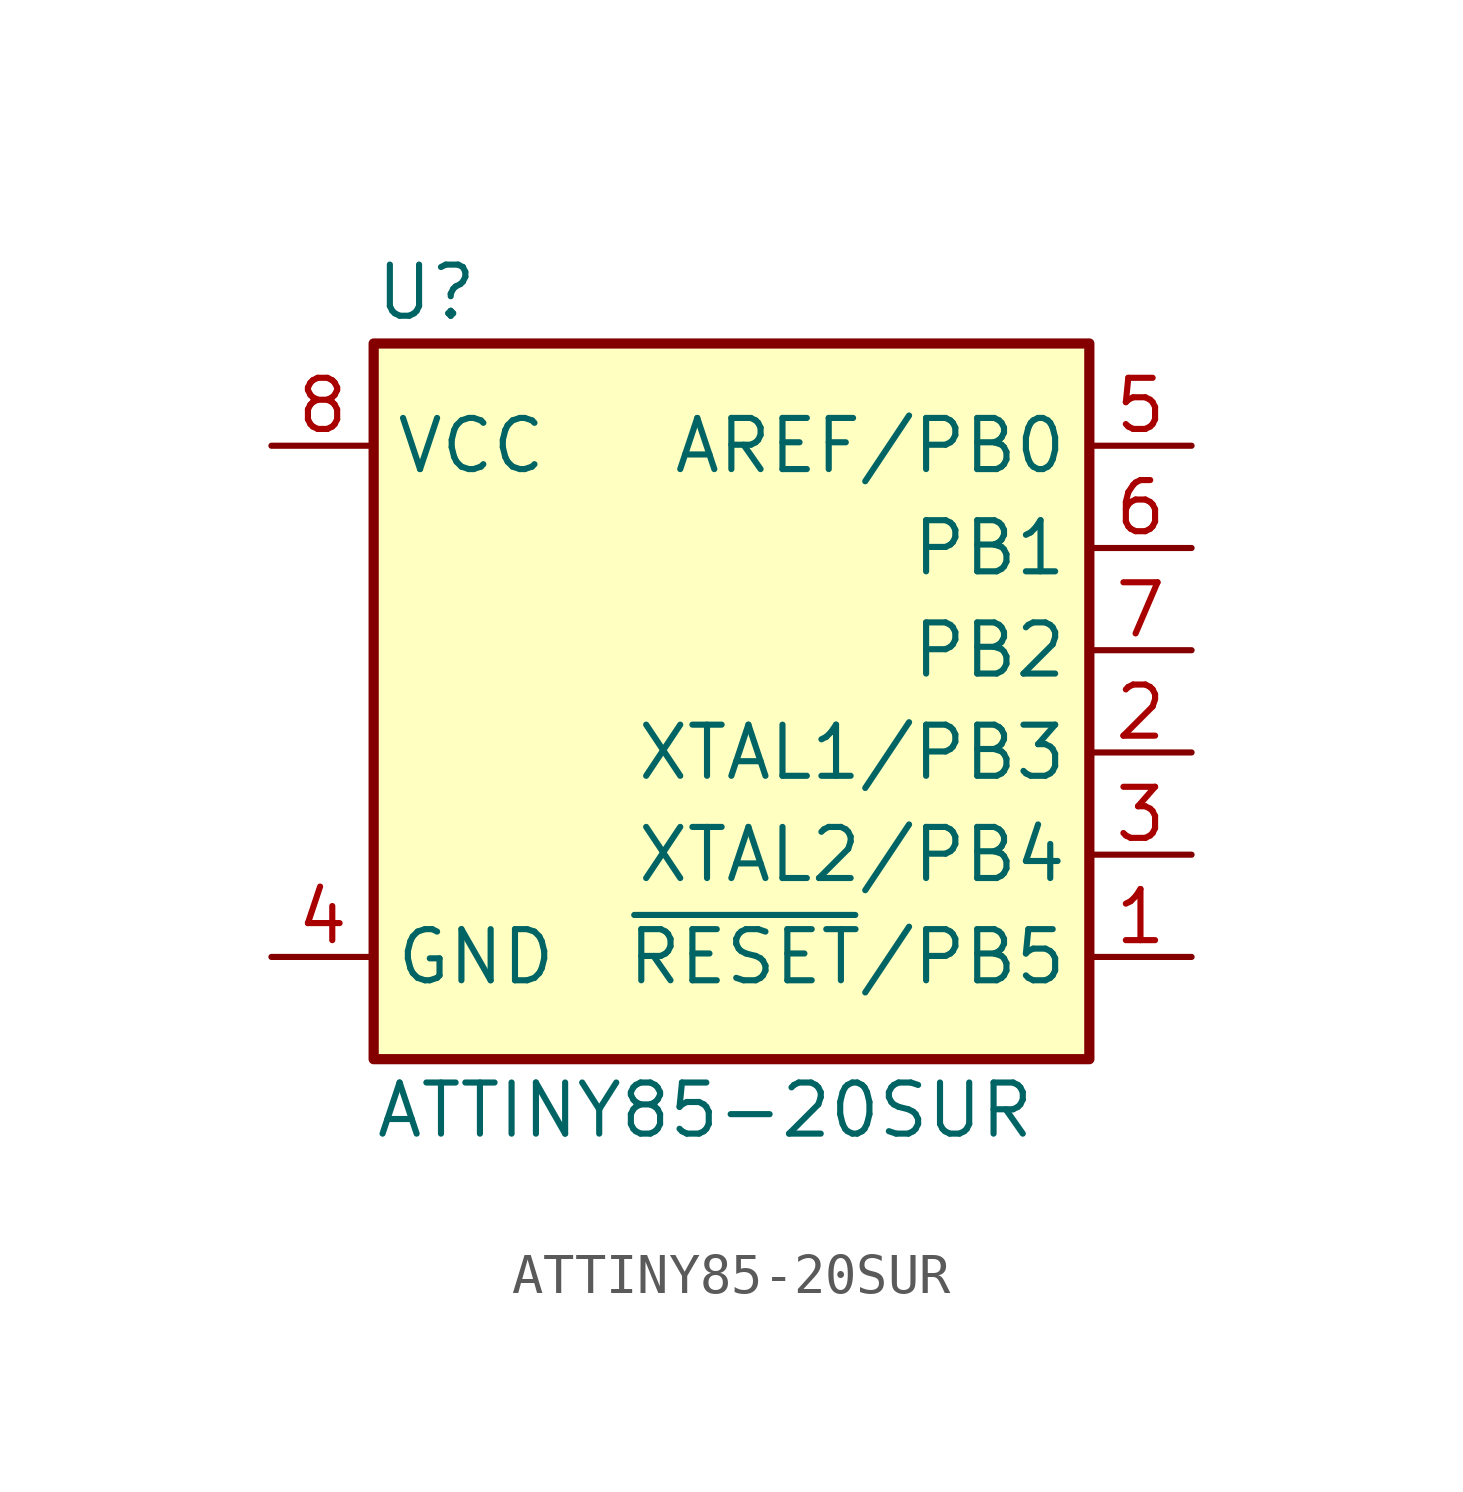
<source format=kicad_sym>
(kicad_symbol_lib
  (version 20220914)
  (generator kicad_symbol_editor)
  (symbol "ATTINY85-20SUR"
    (property "Reference" "U"
      (at 0 1.27 0)
      (do_not_autoplace)
      (effects (font (size 1.27 1.27)) (justify left)))
    (property "Value" "ATTINY85-20SUR"
      (at 0 -19.05 0)
      (do_not_autoplace)
      (effects (font (size 1.27 1.27)) (justify left)))
    (symbol "ATTINY85-20SUR_0_1"
      (rectangle (start 0 0) (end 17.78 -17.78) (stroke (width 0.254) (type default)) (fill (type background))))
    (symbol "ATTINY85-20SUR_1_1"
      (pin bidirectional line (at 20.32 -15.24 180) (length 2.54) (name "~{RESET}/PB5" (effects (font (size 1.27 1.27)))) (number "1" (effects (font (size 1.27 1.27)))))
      (pin bidirectional line (at 20.32 -10.16 180) (length 2.54) (name "XTAL1/PB3" (effects (font (size 1.27 1.27)))) (number "2" (effects (font (size 1.27 1.27)))))
      (pin bidirectional line (at 20.32 -12.7 180) (length 2.54) (name "XTAL2/PB4" (effects (font (size 1.27 1.27)))) (number "3" (effects (font (size 1.27 1.27)))))
      (pin power_in line (at -2.54 -15.24 0) (length 2.54) (name "GND" (effects (font (size 1.27 1.27)))) (number "4" (effects (font (size 1.27 1.27)))))
      (pin bidirectional line (at 20.32 -2.54 180) (length 2.54) (name "AREF/PB0" (effects (font (size 1.27 1.27)))) (number "5" (effects (font (size 1.27 1.27)))))
      (pin bidirectional line (at 20.32 -5.08 180) (length 2.54) (name "PB1" (effects (font (size 1.27 1.27)))) (number "6" (effects (font (size 1.27 1.27)))))
      (pin bidirectional line (at 20.32 -7.62 180) (length 2.54) (name "PB2" (effects (font (size 1.27 1.27)))) (number "7" (effects (font (size 1.27 1.27)))))
      (pin power_in line (at -2.54 -2.54 0) (length 2.54) (name "VCC" (effects (font (size 1.27 1.27)))) (number "8" (effects (font (size 1.27 1.27))))))))
</source>
